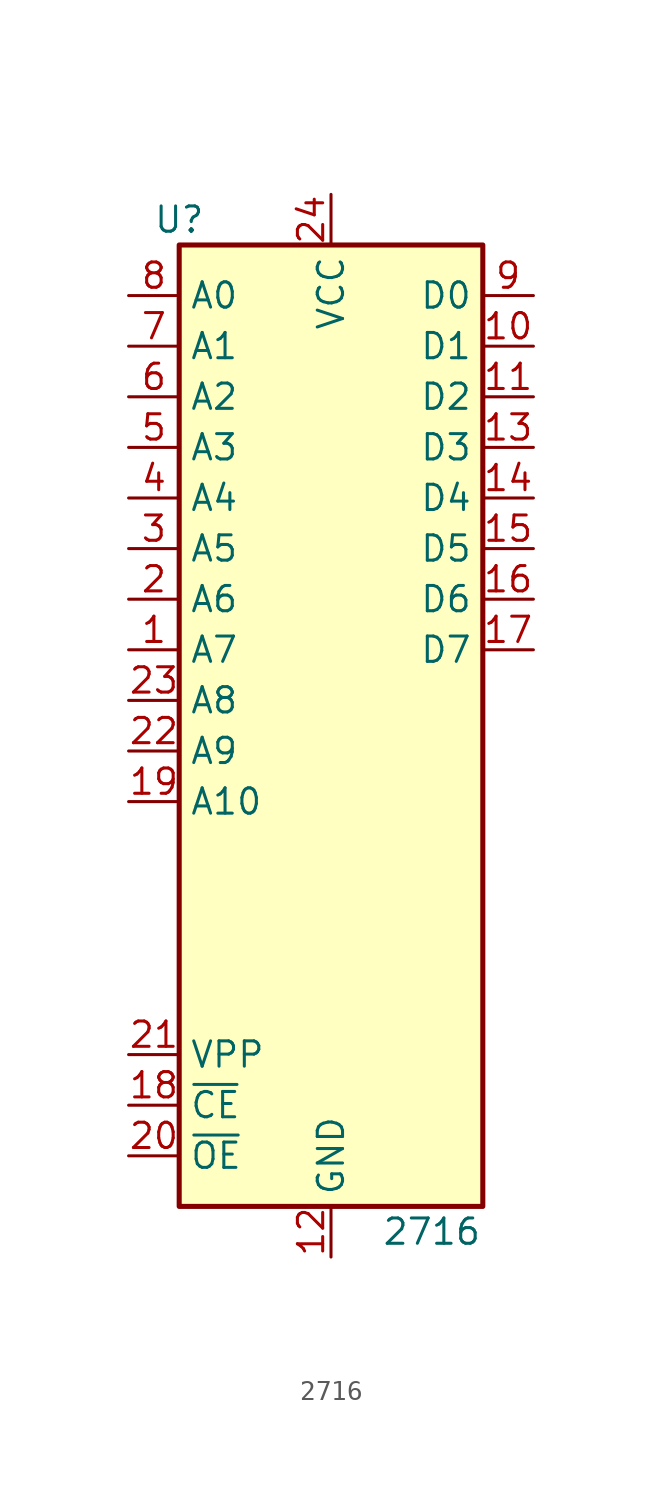
<source format=kicad_sym>
(kicad_symbol_lib
  (version 20231120)
  (generator "kicad_symbol_editor")
  (generator_version "8.0")
  (symbol "2716"
    (property "Reference" "U"
      (at -7.62 24.13 0)
      (effects (font (size 1.27 1.27))))
    (property "Value" "2716"
      (at 2.54 -26.67 0)
      (effects (font (size 1.27 1.27)) (justify left)))
    (symbol "2716_1_1"
      (rectangle (start -7.62 22.86) (end 7.62 -25.4) (stroke (width 0.254) (type default)) (fill (type background)))
      (pin input line (at -10.16 2.54 0) (length 2.54) (name "A7" (effects (font (size 1.27 1.27)))) (number "1" (effects (font (size 1.27 1.27)))))
      (pin tri_state line (at 10.16 17.78 180) (length 2.54) (name "D1" (effects (font (size 1.27 1.27)))) (number "10" (effects (font (size 1.27 1.27)))))
      (pin tri_state line (at 10.16 15.24 180) (length 2.54) (name "D2" (effects (font (size 1.27 1.27)))) (number "11" (effects (font (size 1.27 1.27)))))
      (pin power_in line (at 0 -27.94 90) (length 2.54) (name "GND" (effects (font (size 1.27 1.27)))) (number "12" (effects (font (size 1.27 1.27)))))
      (pin tri_state line (at 10.16 12.7 180) (length 2.54) (name "D3" (effects (font (size 1.27 1.27)))) (number "13" (effects (font (size 1.27 1.27)))))
      (pin tri_state line (at 10.16 10.16 180) (length 2.54) (name "D4" (effects (font (size 1.27 1.27)))) (number "14" (effects (font (size 1.27 1.27)))))
      (pin tri_state line (at 10.16 7.62 180) (length 2.54) (name "D5" (effects (font (size 1.27 1.27)))) (number "15" (effects (font (size 1.27 1.27)))))
      (pin tri_state line (at 10.16 5.08 180) (length 2.54) (name "D6" (effects (font (size 1.27 1.27)))) (number "16" (effects (font (size 1.27 1.27)))))
      (pin tri_state line (at 10.16 2.54 180) (length 2.54) (name "D7" (effects (font (size 1.27 1.27)))) (number "17" (effects (font (size 1.27 1.27)))))
      (pin input line (at -10.16 -20.32 0) (length 2.54) (name "~{CE}" (effects (font (size 1.27 1.27)))) (number "18" (effects (font (size 1.27 1.27)))))
      (pin input line (at -10.16 -5.08 0) (length 2.54) (name "A10" (effects (font (size 1.27 1.27)))) (number "19" (effects (font (size 1.27 1.27)))))
      (pin input line (at -10.16 5.08 0) (length 2.54) (name "A6" (effects (font (size 1.27 1.27)))) (number "2" (effects (font (size 1.27 1.27)))))
      (pin input line (at -10.16 -22.86 0) (length 2.54) (name "~{OE}" (effects (font (size 1.27 1.27)))) (number "20" (effects (font (size 1.27 1.27)))))
      (pin input line (at -10.16 -17.78 0) (length 2.54) (name "VPP" (effects (font (size 1.27 1.27)))) (number "21" (effects (font (size 1.27 1.27)))))
      (pin input line (at -10.16 -2.54 0) (length 2.54) (name "A9" (effects (font (size 1.27 1.27)))) (number "22" (effects (font (size 1.27 1.27)))))
      (pin input line (at -10.16 0 0) (length 2.54) (name "A8" (effects (font (size 1.27 1.27)))) (number "23" (effects (font (size 1.27 1.27)))))
      (pin power_in line (at 0 25.4 270) (length 2.54) (name "VCC" (effects (font (size 1.27 1.27)))) (number "24" (effects (font (size 1.27 1.27)))))
      (pin no_connect line (at 7.62 0 180) (length 2.54) hide (name "NC" (effects (font (size 1.27 1.27)))) (number "26" (effects (font (size 1.27 1.27)))))
      (pin input line (at -10.16 7.62 0) (length 2.54) (name "A5" (effects (font (size 1.27 1.27)))) (number "3" (effects (font (size 1.27 1.27)))))
      (pin input line (at -10.16 10.16 0) (length 2.54) (name "A4" (effects (font (size 1.27 1.27)))) (number "4" (effects (font (size 1.27 1.27)))))
      (pin input line (at -10.16 12.7 0) (length 2.54) (name "A3" (effects (font (size 1.27 1.27)))) (number "5" (effects (font (size 1.27 1.27)))))
      (pin input line (at -10.16 15.24 0) (length 2.54) (name "A2" (effects (font (size 1.27 1.27)))) (number "6" (effects (font (size 1.27 1.27)))))
      (pin input line (at -10.16 17.78 0) (length 2.54) (name "A1" (effects (font (size 1.27 1.27)))) (number "7" (effects (font (size 1.27 1.27)))))
      (pin input line (at -10.16 20.32 0) (length 2.54) (name "A0" (effects (font (size 1.27 1.27)))) (number "8" (effects (font (size 1.27 1.27)))))
      (pin tri_state line (at 10.16 20.32 180) (length 2.54) (name "D0" (effects (font (size 1.27 1.27)))) (number "9" (effects (font (size 1.27 1.27))))))))
</source>
